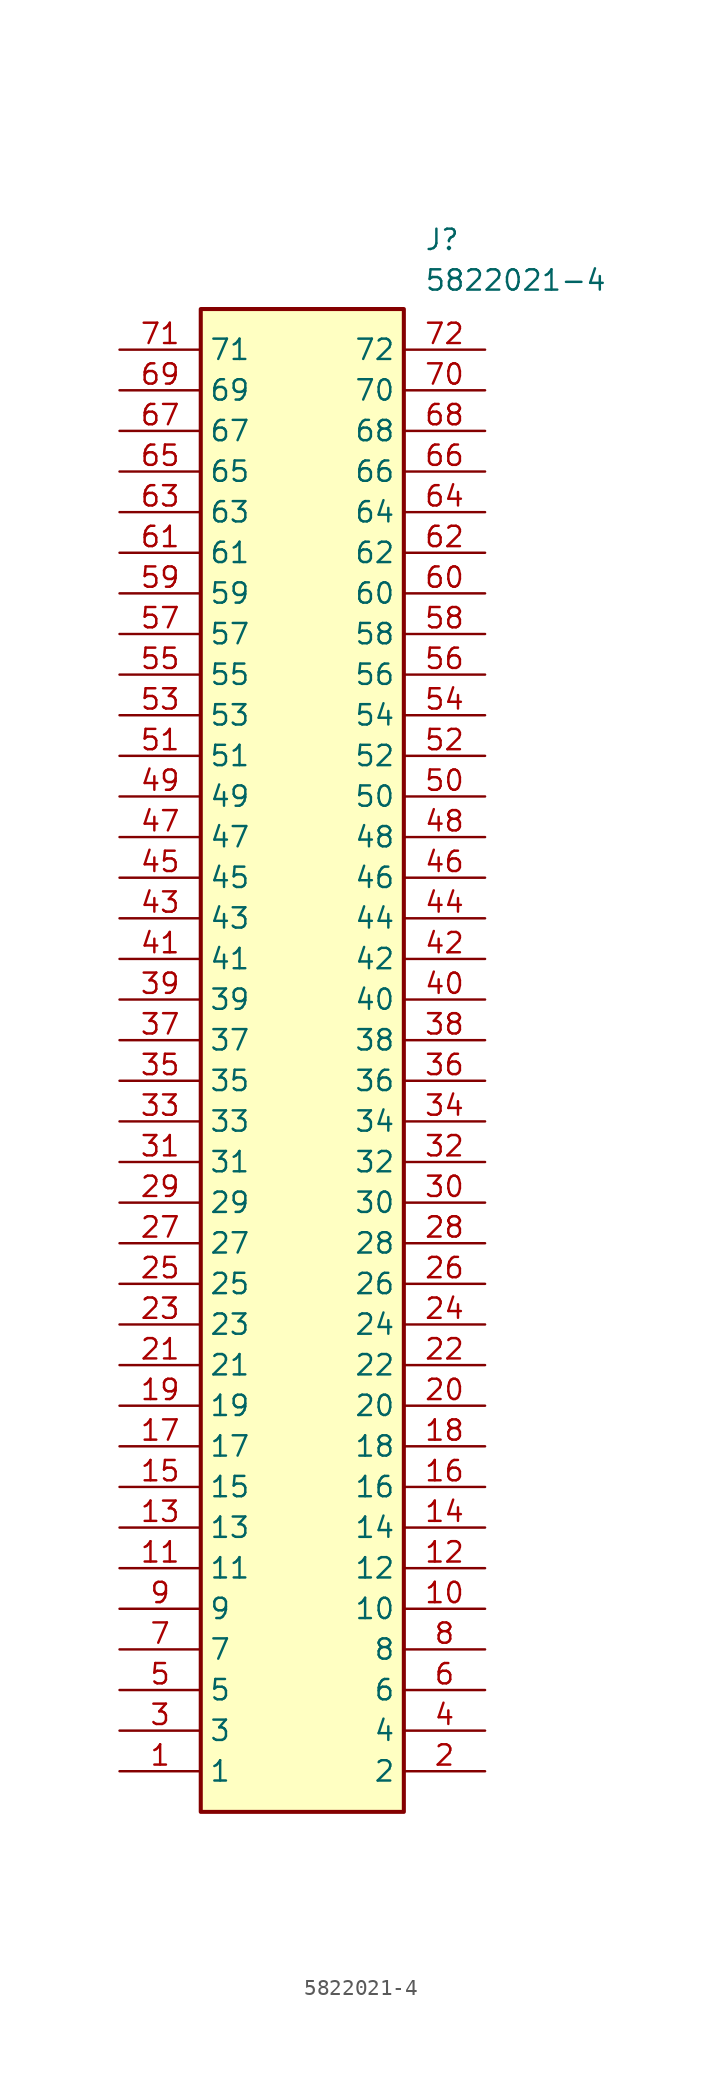
<source format=kicad_sym>
(kicad_symbol_lib
  (version 20211014)
  (generator SamacSys_ECAD_Model)
  (symbol "5822021-4"
    (property "Reference" "J"
      (at 19.05 7.62 0)
      (effects (font (size 1.27 1.27)) (justify left top)))
    (property "Value" "5822021-4"
      (at 19.05 5.08 0)
      (effects (font (size 1.27 1.27)) (justify left top)))
    (rectangle
      (start 5.08 2.54)
      (end 17.78 -91.44)
      (stroke (width 0.254) (type default))
      (fill (type background)))
    (pin passive line
      (at 0 -88.9 0)
      (length 5.08)
      (name "1" (effects (font (size 1.27 1.27))))
      (number "1" (effects (font (size 1.27 1.27)))))
    (pin passive line
      (at 22.86 -88.9 180)
      (length 5.08)
      (name "2" (effects (font (size 1.27 1.27))))
      (number "2" (effects (font (size 1.27 1.27)))))
    (pin passive line
      (at 0 -86.36 0)
      (length 5.08)
      (name "3" (effects (font (size 1.27 1.27))))
      (number "3" (effects (font (size 1.27 1.27)))))
    (pin passive line
      (at 22.86 -86.36 180)
      (length 5.08)
      (name "4" (effects (font (size 1.27 1.27))))
      (number "4" (effects (font (size 1.27 1.27)))))
    (pin passive line
      (at 0 -83.82 0)
      (length 5.08)
      (name "5" (effects (font (size 1.27 1.27))))
      (number "5" (effects (font (size 1.27 1.27)))))
    (pin passive line
      (at 22.86 -83.82 180)
      (length 5.08)
      (name "6" (effects (font (size 1.27 1.27))))
      (number "6" (effects (font (size 1.27 1.27)))))
    (pin passive line
      (at 0 -81.28 0)
      (length 5.08)
      (name "7" (effects (font (size 1.27 1.27))))
      (number "7" (effects (font (size 1.27 1.27)))))
    (pin passive line
      (at 22.86 -81.28 180)
      (length 5.08)
      (name "8" (effects (font (size 1.27 1.27))))
      (number "8" (effects (font (size 1.27 1.27)))))
    (pin passive line
      (at 0 -78.74 0)
      (length 5.08)
      (name "9" (effects (font (size 1.27 1.27))))
      (number "9" (effects (font (size 1.27 1.27)))))
    (pin passive line
      (at 22.86 -78.74 180)
      (length 5.08)
      (name "10" (effects (font (size 1.27 1.27))))
      (number "10" (effects (font (size 1.27 1.27)))))
    (pin passive line
      (at 0 -76.2 0)
      (length 5.08)
      (name "11" (effects (font (size 1.27 1.27))))
      (number "11" (effects (font (size 1.27 1.27)))))
    (pin passive line
      (at 22.86 -76.2 180)
      (length 5.08)
      (name "12" (effects (font (size 1.27 1.27))))
      (number "12" (effects (font (size 1.27 1.27)))))
    (pin passive line
      (at 0 -73.66 0)
      (length 5.08)
      (name "13" (effects (font (size 1.27 1.27))))
      (number "13" (effects (font (size 1.27 1.27)))))
    (pin passive line
      (at 22.86 -73.66 180)
      (length 5.08)
      (name "14" (effects (font (size 1.27 1.27))))
      (number "14" (effects (font (size 1.27 1.27)))))
    (pin passive line
      (at 0 -71.12 0)
      (length 5.08)
      (name "15" (effects (font (size 1.27 1.27))))
      (number "15" (effects (font (size 1.27 1.27)))))
    (pin passive line
      (at 22.86 -71.12 180)
      (length 5.08)
      (name "16" (effects (font (size 1.27 1.27))))
      (number "16" (effects (font (size 1.27 1.27)))))
    (pin passive line
      (at 0 -68.58 0)
      (length 5.08)
      (name "17" (effects (font (size 1.27 1.27))))
      (number "17" (effects (font (size 1.27 1.27)))))
    (pin passive line
      (at 22.86 -68.58 180)
      (length 5.08)
      (name "18" (effects (font (size 1.27 1.27))))
      (number "18" (effects (font (size 1.27 1.27)))))
    (pin passive line
      (at 0 -66.04 0)
      (length 5.08)
      (name "19" (effects (font (size 1.27 1.27))))
      (number "19" (effects (font (size 1.27 1.27)))))
    (pin passive line
      (at 22.86 -66.04 180)
      (length 5.08)
      (name "20" (effects (font (size 1.27 1.27))))
      (number "20" (effects (font (size 1.27 1.27)))))
    (pin passive line
      (at 0 -63.5 0)
      (length 5.08)
      (name "21" (effects (font (size 1.27 1.27))))
      (number "21" (effects (font (size 1.27 1.27)))))
    (pin passive line
      (at 22.86 -63.5 180)
      (length 5.08)
      (name "22" (effects (font (size 1.27 1.27))))
      (number "22" (effects (font (size 1.27 1.27)))))
    (pin passive line
      (at 0 -60.96 0)
      (length 5.08)
      (name "23" (effects (font (size 1.27 1.27))))
      (number "23" (effects (font (size 1.27 1.27)))))
    (pin passive line
      (at 22.86 -60.96 180)
      (length 5.08)
      (name "24" (effects (font (size 1.27 1.27))))
      (number "24" (effects (font (size 1.27 1.27)))))
    (pin passive line
      (at 0 -58.42 0)
      (length 5.08)
      (name "25" (effects (font (size 1.27 1.27))))
      (number "25" (effects (font (size 1.27 1.27)))))
    (pin passive line
      (at 22.86 -58.42 180)
      (length 5.08)
      (name "26" (effects (font (size 1.27 1.27))))
      (number "26" (effects (font (size 1.27 1.27)))))
    (pin passive line
      (at 0 -55.88 0)
      (length 5.08)
      (name "27" (effects (font (size 1.27 1.27))))
      (number "27" (effects (font (size 1.27 1.27)))))
    (pin passive line
      (at 22.86 -55.88 180)
      (length 5.08)
      (name "28" (effects (font (size 1.27 1.27))))
      (number "28" (effects (font (size 1.27 1.27)))))
    (pin passive line
      (at 0 -53.34 0)
      (length 5.08)
      (name "29" (effects (font (size 1.27 1.27))))
      (number "29" (effects (font (size 1.27 1.27)))))
    (pin passive line
      (at 22.86 -53.34 180)
      (length 5.08)
      (name "30" (effects (font (size 1.27 1.27))))
      (number "30" (effects (font (size 1.27 1.27)))))
    (pin passive line
      (at 0 -50.8 0)
      (length 5.08)
      (name "31" (effects (font (size 1.27 1.27))))
      (number "31" (effects (font (size 1.27 1.27)))))
    (pin passive line
      (at 22.86 -50.8 180)
      (length 5.08)
      (name "32" (effects (font (size 1.27 1.27))))
      (number "32" (effects (font (size 1.27 1.27)))))
    (pin passive line
      (at 0 -48.26 0)
      (length 5.08)
      (name "33" (effects (font (size 1.27 1.27))))
      (number "33" (effects (font (size 1.27 1.27)))))
    (pin passive line
      (at 22.86 -48.26 180)
      (length 5.08)
      (name "34" (effects (font (size 1.27 1.27))))
      (number "34" (effects (font (size 1.27 1.27)))))
    (pin passive line
      (at 0 -45.72 0)
      (length 5.08)
      (name "35" (effects (font (size 1.27 1.27))))
      (number "35" (effects (font (size 1.27 1.27)))))
    (pin passive line
      (at 22.86 -45.72 180)
      (length 5.08)
      (name "36" (effects (font (size 1.27 1.27))))
      (number "36" (effects (font (size 1.27 1.27)))))
    (pin passive line
      (at 0 -43.18 0)
      (length 5.08)
      (name "37" (effects (font (size 1.27 1.27))))
      (number "37" (effects (font (size 1.27 1.27)))))
    (pin passive line
      (at 22.86 -43.18 180)
      (length 5.08)
      (name "38" (effects (font (size 1.27 1.27))))
      (number "38" (effects (font (size 1.27 1.27)))))
    (pin passive line
      (at 0 -40.64 0)
      (length 5.08)
      (name "39" (effects (font (size 1.27 1.27))))
      (number "39" (effects (font (size 1.27 1.27)))))
    (pin passive line
      (at 22.86 -40.64 180)
      (length 5.08)
      (name "40" (effects (font (size 1.27 1.27))))
      (number "40" (effects (font (size 1.27 1.27)))))
    (pin passive line
      (at 0 -38.1 0)
      (length 5.08)
      (name "41" (effects (font (size 1.27 1.27))))
      (number "41" (effects (font (size 1.27 1.27)))))
    (pin passive line
      (at 22.86 -38.1 180)
      (length 5.08)
      (name "42" (effects (font (size 1.27 1.27))))
      (number "42" (effects (font (size 1.27 1.27)))))
    (pin passive line
      (at 0 -35.56 0)
      (length 5.08)
      (name "43" (effects (font (size 1.27 1.27))))
      (number "43" (effects (font (size 1.27 1.27)))))
    (pin passive line
      (at 22.86 -35.56 180)
      (length 5.08)
      (name "44" (effects (font (size 1.27 1.27))))
      (number "44" (effects (font (size 1.27 1.27)))))
    (pin passive line
      (at 0 -33.02 0)
      (length 5.08)
      (name "45" (effects (font (size 1.27 1.27))))
      (number "45" (effects (font (size 1.27 1.27)))))
    (pin passive line
      (at 22.86 -33.02 180)
      (length 5.08)
      (name "46" (effects (font (size 1.27 1.27))))
      (number "46" (effects (font (size 1.27 1.27)))))
    (pin passive line
      (at 0 -30.48 0)
      (length 5.08)
      (name "47" (effects (font (size 1.27 1.27))))
      (number "47" (effects (font (size 1.27 1.27)))))
    (pin passive line
      (at 22.86 -30.48 180)
      (length 5.08)
      (name "48" (effects (font (size 1.27 1.27))))
      (number "48" (effects (font (size 1.27 1.27)))))
    (pin passive line
      (at 0 -27.94 0)
      (length 5.08)
      (name "49" (effects (font (size 1.27 1.27))))
      (number "49" (effects (font (size 1.27 1.27)))))
    (pin passive line
      (at 22.86 -27.94 180)
      (length 5.08)
      (name "50" (effects (font (size 1.27 1.27))))
      (number "50" (effects (font (size 1.27 1.27)))))
    (pin passive line
      (at 0 -25.4 0)
      (length 5.08)
      (name "51" (effects (font (size 1.27 1.27))))
      (number "51" (effects (font (size 1.27 1.27)))))
    (pin passive line
      (at 22.86 -25.4 180)
      (length 5.08)
      (name "52" (effects (font (size 1.27 1.27))))
      (number "52" (effects (font (size 1.27 1.27)))))
    (pin passive line
      (at 0 -22.86 0)
      (length 5.08)
      (name "53" (effects (font (size 1.27 1.27))))
      (number "53" (effects (font (size 1.27 1.27)))))
    (pin passive line
      (at 22.86 -22.86 180)
      (length 5.08)
      (name "54" (effects (font (size 1.27 1.27))))
      (number "54" (effects (font (size 1.27 1.27)))))
    (pin passive line
      (at 0 -20.32 0)
      (length 5.08)
      (name "55" (effects (font (size 1.27 1.27))))
      (number "55" (effects (font (size 1.27 1.27)))))
    (pin passive line
      (at 22.86 -20.32 180)
      (length 5.08)
      (name "56" (effects (font (size 1.27 1.27))))
      (number "56" (effects (font (size 1.27 1.27)))))
    (pin passive line
      (at 0 -17.78 0)
      (length 5.08)
      (name "57" (effects (font (size 1.27 1.27))))
      (number "57" (effects (font (size 1.27 1.27)))))
    (pin passive line
      (at 22.86 -17.78 180)
      (length 5.08)
      (name "58" (effects (font (size 1.27 1.27))))
      (number "58" (effects (font (size 1.27 1.27)))))
    (pin passive line
      (at 0 -15.24 0)
      (length 5.08)
      (name "59" (effects (font (size 1.27 1.27))))
      (number "59" (effects (font (size 1.27 1.27)))))
    (pin passive line
      (at 22.86 -15.24 180)
      (length 5.08)
      (name "60" (effects (font (size 1.27 1.27))))
      (number "60" (effects (font (size 1.27 1.27)))))
    (pin passive line
      (at 0 -12.7 0)
      (length 5.08)
      (name "61" (effects (font (size 1.27 1.27))))
      (number "61" (effects (font (size 1.27 1.27)))))
    (pin passive line
      (at 22.86 -12.7 180)
      (length 5.08)
      (name "62" (effects (font (size 1.27 1.27))))
      (number "62" (effects (font (size 1.27 1.27)))))
    (pin passive line
      (at 0 -10.16 0)
      (length 5.08)
      (name "63" (effects (font (size 1.27 1.27))))
      (number "63" (effects (font (size 1.27 1.27)))))
    (pin passive line
      (at 22.86 -10.16 180)
      (length 5.08)
      (name "64" (effects (font (size 1.27 1.27))))
      (number "64" (effects (font (size 1.27 1.27)))))
    (pin passive line
      (at 0 -7.62 0)
      (length 5.08)
      (name "65" (effects (font (size 1.27 1.27))))
      (number "65" (effects (font (size 1.27 1.27)))))
    (pin passive line
      (at 22.86 -7.62 180)
      (length 5.08)
      (name "66" (effects (font (size 1.27 1.27))))
      (number "66" (effects (font (size 1.27 1.27)))))
    (pin passive line
      (at 0 -5.08 0)
      (length 5.08)
      (name "67" (effects (font (size 1.27 1.27))))
      (number "67" (effects (font (size 1.27 1.27)))))
    (pin passive line
      (at 22.86 -5.08 180)
      (length 5.08)
      (name "68" (effects (font (size 1.27 1.27))))
      (number "68" (effects (font (size 1.27 1.27)))))
    (pin passive line
      (at 0 -2.54 0)
      (length 5.08)
      (name "69" (effects (font (size 1.27 1.27))))
      (number "69" (effects (font (size 1.27 1.27)))))
    (pin passive line
      (at 22.86 -2.54 180)
      (length 5.08)
      (name "70" (effects (font (size 1.27 1.27))))
      (number "70" (effects (font (size 1.27 1.27)))))
    (pin passive line
      (at 0 0 0)
      (length 5.08)
      (name "71" (effects (font (size 1.27 1.27))))
      (number "71" (effects (font (size 1.27 1.27)))))
    (pin passive line
      (at 22.86 0 180)
      (length 5.08)
      (name "72" (effects (font (size 1.27 1.27))))
      (number "72" (effects (font (size 1.27 1.27)))))))
</source>
